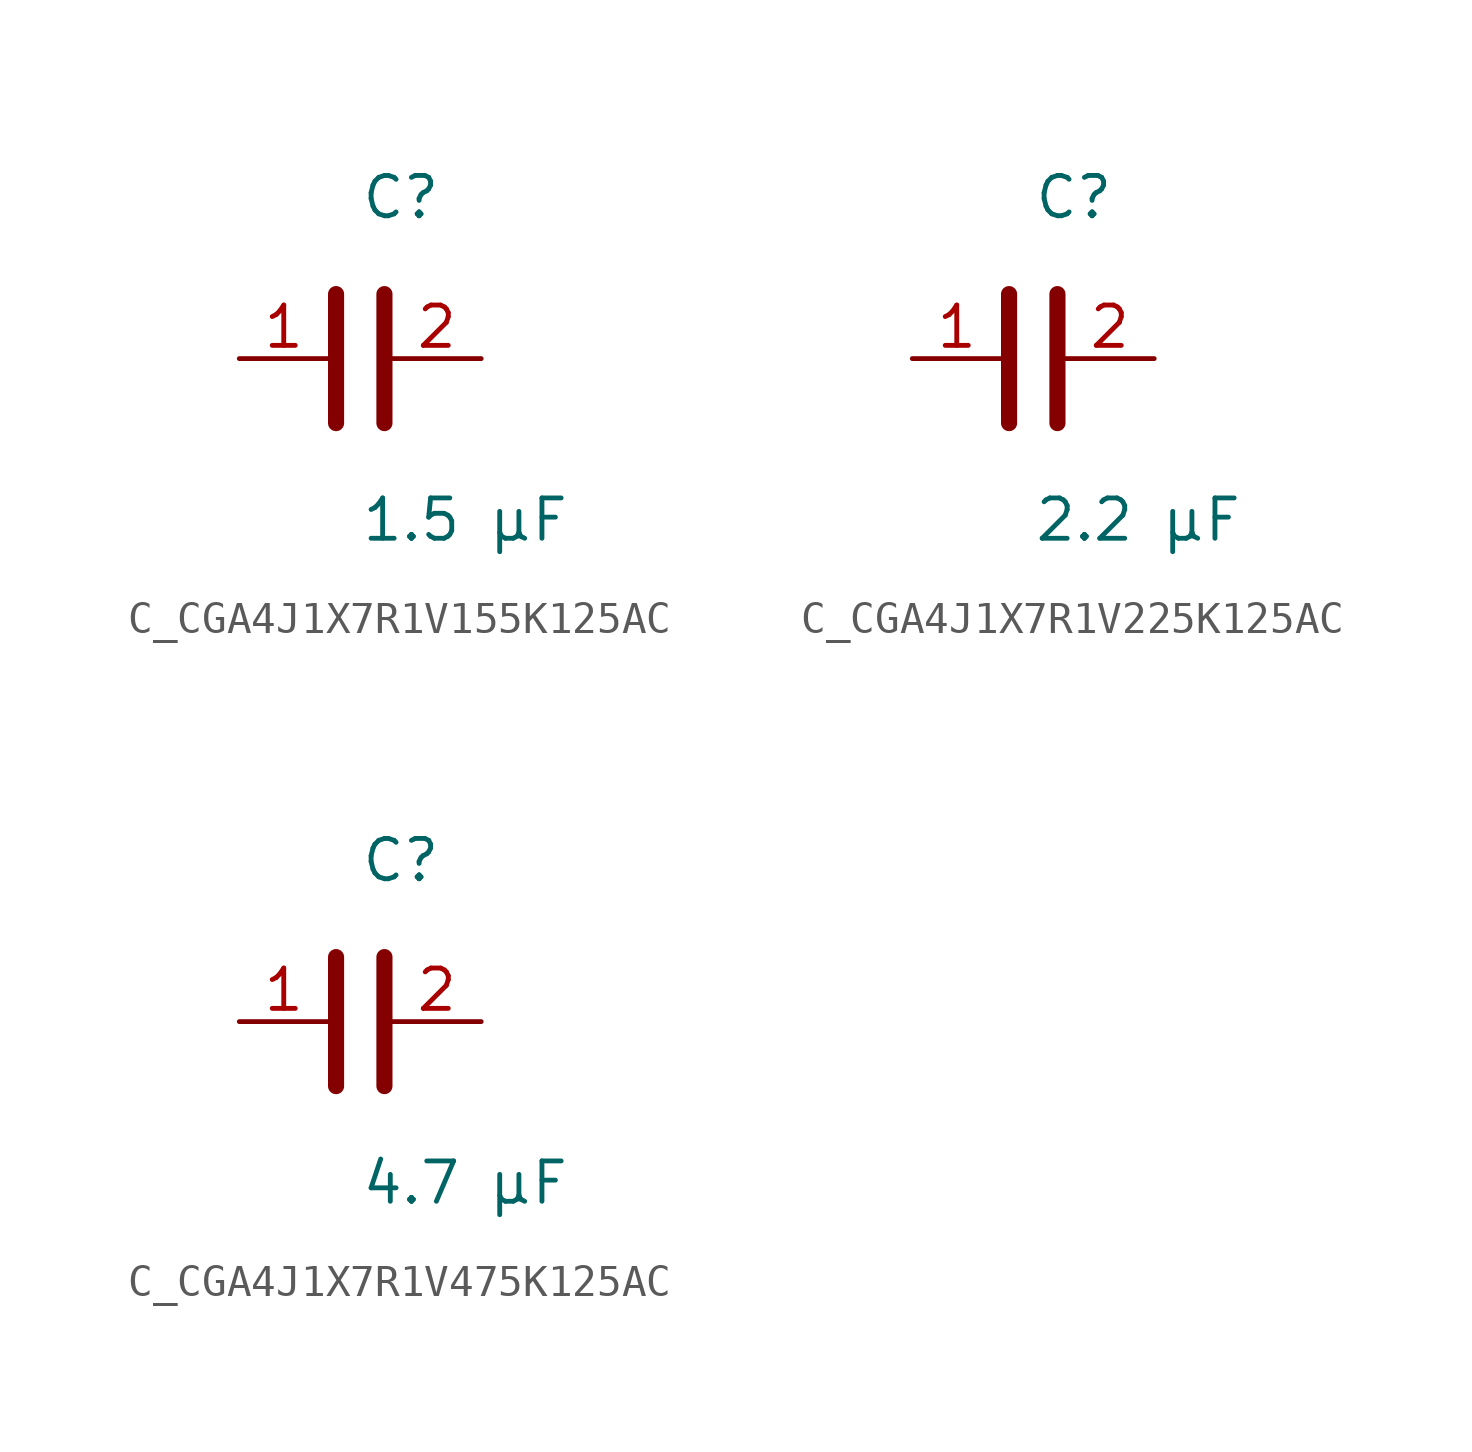
<source format=kicad_sym>
(kicad_symbol_lib
  (version 20231120)
  (generator kicad_symbol_editor)
  (generator_version 8.0)
  (symbol "C_CGA4J1X7R1V155K125AC"
    (pin_names
      (offset 0.254))
    (property "Reference" "C"
      (at 0 5.08 0)
      (effects (font (size 1.27 1.27)) (justify left)))
    (property "Value" "1.5 µF"
      (at 0 -5.08 0)
      (effects (font (size 1.27 1.27)) (justify left)))
    (symbol "C_CGA4J1X7R1V155K125AC_0_1"
      (polyline (pts (xy -0.762 -2.032) (xy -0.762 2.032)) (stroke (width 0.508) (type default)) (fill (type none)))
      (polyline (pts (xy 0.762 -2.032) (xy 0.762 2.032)) (stroke (width 0.508) (type default)) (fill (type none))))
    (pin unspecified line
      (at -3.81 0 0)
      (length 2.8)
      (name "" (effects (font (size 1.27 1.27))))
      (number "1" (effects (font (size 1.27 1.27)))))
    (pin unspecified line
      (at 3.81 0 180)
      (length 2.8)
      (name "" (effects (font (size 1.27 1.27))))
      (number "2" (effects (font (size 1.27 1.27))))))
  (symbol "C_CGA4J1X7R1V225K125AC"
    (pin_names
      (offset 0.254))
    (property "Reference" "C"
      (at 0 5.08 0)
      (effects (font (size 1.27 1.27)) (justify left)))
    (property "Value" "2.2 µF"
      (at 0 -5.08 0)
      (effects (font (size 1.27 1.27)) (justify left)))
    (symbol "C_CGA4J1X7R1V225K125AC_0_1"
      (polyline (pts (xy -0.762 -2.032) (xy -0.762 2.032)) (stroke (width 0.508) (type default)) (fill (type none)))
      (polyline (pts (xy 0.762 -2.032) (xy 0.762 2.032)) (stroke (width 0.508) (type default)) (fill (type none))))
    (pin unspecified line
      (at -3.81 0 0)
      (length 2.8)
      (name "" (effects (font (size 1.27 1.27))))
      (number "1" (effects (font (size 1.27 1.27)))))
    (pin unspecified line
      (at 3.81 0 180)
      (length 2.8)
      (name "" (effects (font (size 1.27 1.27))))
      (number "2" (effects (font (size 1.27 1.27))))))
  (symbol "C_CGA4J1X7R1V475K125AC"
    (pin_names
      (offset 0.254))
    (property "Reference" "C"
      (at 0 5.08 0)
      (effects (font (size 1.27 1.27)) (justify left)))
    (property "Value" "4.7 µF"
      (at 0 -5.08 0)
      (effects (font (size 1.27 1.27)) (justify left)))
    (symbol "C_CGA4J1X7R1V475K125AC_0_1"
      (polyline (pts (xy -0.762 -2.032) (xy -0.762 2.032)) (stroke (width 0.508) (type default)) (fill (type none)))
      (polyline (pts (xy 0.762 -2.032) (xy 0.762 2.032)) (stroke (width 0.508) (type default)) (fill (type none))))
    (pin unspecified line
      (at -3.81 0 0)
      (length 2.8)
      (name "" (effects (font (size 1.27 1.27))))
      (number "1" (effects (font (size 1.27 1.27)))))
    (pin unspecified line
      (at 3.81 0 180)
      (length 2.8)
      (name "" (effects (font (size 1.27 1.27))))
      (number "2" (effects (font (size 1.27 1.27)))))))
</source>
